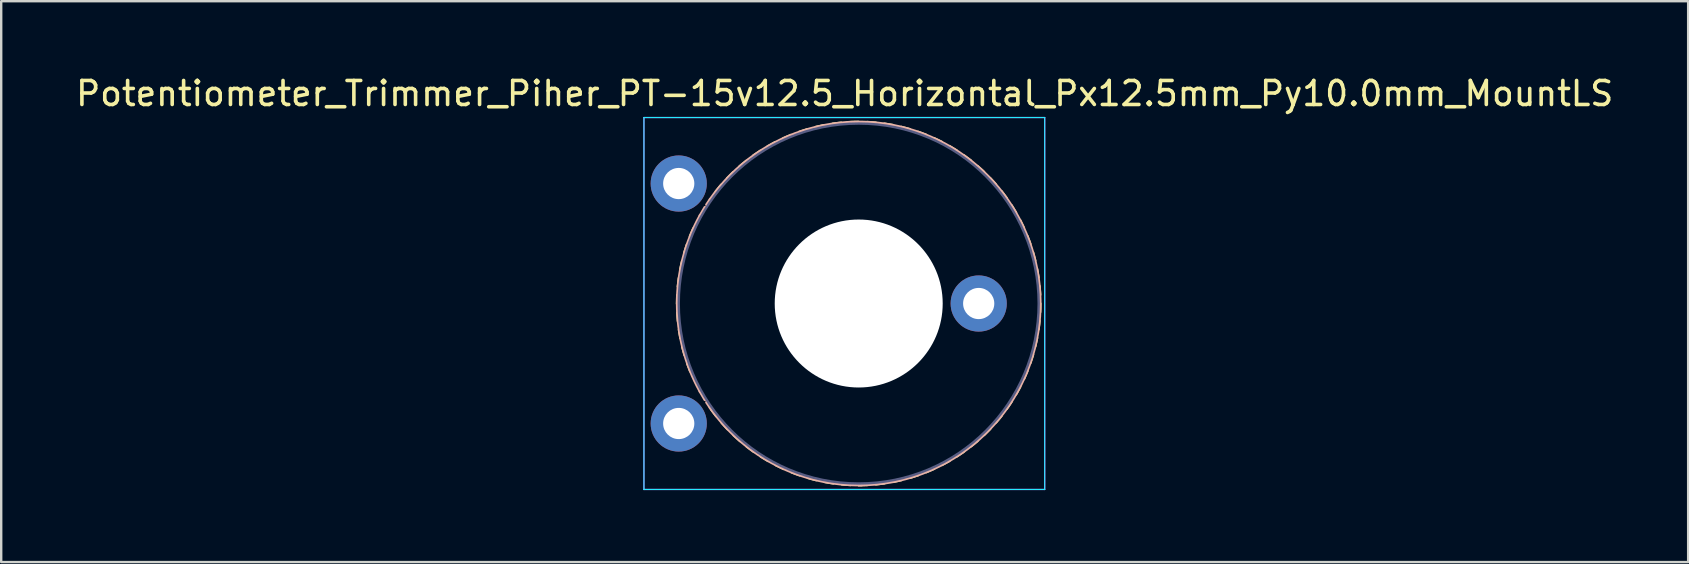
<source format=kicad_pcb>
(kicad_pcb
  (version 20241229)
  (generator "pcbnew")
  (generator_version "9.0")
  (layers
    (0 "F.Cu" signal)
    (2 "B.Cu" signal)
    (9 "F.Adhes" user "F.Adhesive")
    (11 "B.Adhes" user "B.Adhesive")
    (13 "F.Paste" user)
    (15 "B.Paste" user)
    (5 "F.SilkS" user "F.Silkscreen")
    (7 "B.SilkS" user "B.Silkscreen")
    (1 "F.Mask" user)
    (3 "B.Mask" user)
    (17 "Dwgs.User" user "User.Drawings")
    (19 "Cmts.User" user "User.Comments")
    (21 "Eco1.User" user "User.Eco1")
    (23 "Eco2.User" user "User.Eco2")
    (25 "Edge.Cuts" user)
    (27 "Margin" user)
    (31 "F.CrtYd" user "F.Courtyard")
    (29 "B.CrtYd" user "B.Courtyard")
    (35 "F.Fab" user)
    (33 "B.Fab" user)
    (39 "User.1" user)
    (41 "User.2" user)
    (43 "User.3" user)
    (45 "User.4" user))
  (footprint "Potentiometer_Trimmer_Piher_PT-15v12.5_Horizontal_Px12.5mm_Py10.0mm_MountLS"
    (layer "F.Cu")
    (at 25.234 14.598)
    (property "Reference" "Potentiometer_Trimmer_Piher_PT-15v12.5_Horizontal_Px12.5mm_Py10.0mm_MountLS" (at 6.915 -13.75 0) (layer "F.SilkS") (effects (font (size 1 1) (thickness 0.15))))
    (attr through_hole)
    (fp_arc (start -0.060867 -4.988822) (mid -0.059032 -5.166957) (end -0.053 -5.345) (stroke (width 0.12) (type solid)) (layer "F.SilkS"))
    (fp_arc (start -0.026718 -5.708229) (mid -0.007943 -5.88536) (end 0.015 -6.062) (stroke (width 0.12) (type solid)) (layer "F.SilkS"))
    (fp_arc (start -0.024953 -4.269715) (mid -0.04007 -4.447204) (end -0.051 -4.625) (stroke (width 0.12) (type solid)) (layer "F.SilkS"))
    (fp_arc (start 0.074828 -6.420804) (mid 0.110363 -6.595345) (end 0.15 -6.769) (stroke (width 0.12) (type solid)) (layer "F.SilkS"))
    (fp_arc (start 0.079697 -3.557855) (mid 0.04778 -3.733076) (end 0.02 -3.909) (stroke (width 0.12) (type solid)) (layer "F.SilkS"))
    (fp_arc (start 0.244053 -7.120552) (mid 0.296027 -7.290912) (end 0.352 -7.46) (stroke (width 0.12) (type solid)) (layer "F.SilkS"))
    (fp_arc (start 0.249802 -2.859092) (mid 0.201375 -3.030499) (end 0.157 -3.203) (stroke (width 0.12) (type solid)) (layer "F.SilkS"))
    (fp_arc (start 0.478291 -7.800341) (mid 0.546215 -7.964993) (end 0.618 -8.128) (stroke (width 0.12) (type solid)) (layer "F.SilkS"))
    (fp_arc (start 0.486126 -2.178469) (mid 0.421598 -2.344497) (end 0.361 -2.512) (stroke (width 0.12) (type solid)) (layer "F.SilkS"))
    (fp_arc (start 1.552598 -9.666019) (mid 1.664179 -9.804843) (end 1.779 -9.941) (stroke (width 0.12) (type solid)) (layer "F.SilkS"))
    (fp_arc (start 1.566046 -0.316273) (mid 1.457346 -0.457376) (end 1.352 -0.601) (stroke (width 0.12) (type solid)) (layer "F.SilkS"))
    (fp_arc (start 2.023411 -10.211803) (mid 2.14772 -10.339383) (end 2.275 -10.464) (stroke (width 0.12) (type solid)) (layer "F.SilkS"))
    (fp_arc (start 2.038166 0.22709) (mid 1.916533 0.09696) (end 1.798 -0.036) (stroke (width 0.12) (type solid)) (layer "F.SilkS"))
    (fp_arc (start 2.543574 -10.708858) (mid 2.679449 -10.824046) (end 2.818 -10.936) (stroke (width 0.12) (type solid)) (layer "F.SilkS"))
    (fp_arc (start 2.560109 0.723054) (mid 2.426646 0.605083) (end 2.296 0.484) (stroke (width 0.12) (type solid)) (layer "F.SilkS"))
    (fp_arc (start 3.109233 -11.153998) (mid 3.255438 -11.255735) (end 3.404 -11.354) (stroke (width 0.12) (type solid)) (layer "F.SilkS"))
    (fp_arc (start 3.126644 1.166859) (mid 2.982568 1.062112) (end 2.841 0.954) (stroke (width 0.12) (type solid)) (layer "F.SilkS"))
    (fp_arc (start 3.714536 -11.543945) (mid 3.86976 -11.631313) (end 4.027 -11.715) (stroke (width 0.12) (type solid)) (layer "F.SilkS"))
    (fp_arc (start 3.732589 1.554746) (mid 3.579206 1.464167) (end 3.428 1.37) (stroke (width 0.12) (type solid)) (layer "F.SilkS"))
    (fp_arc (start 4.353678 -11.874419) (mid 4.516511 -11.946637) (end 4.681 -12.015) (stroke (width 0.12) (type solid)) (layer "F.SilkS"))
    (fp_arc (start 4.37276 1.882954) (mid 4.211467 1.807366) (end 4.052 1.728) (stroke (width 0.12) (type solid)) (layer "F.SilkS"))
    (fp_arc (start 5.021806 -12.14219) (mid 5.190762 -12.198593) (end 5.361 -12.251) (stroke (width 0.12) (type solid)) (layer "F.SilkS"))
    (fp_arc (start 5.041071 2.149769) (mid 4.873306 2.089853) (end 4.707 2.026) (stroke (width 0.12) (type solid)) (layer "F.SilkS"))
    (fp_arc (start 5.711975 -12.345927) (mid 5.885539 -12.386013) (end 6.06 -12.422) (stroke (width 0.12) (type solid)) (layer "F.SilkS"))
    (fp_arc (start 5.73229 2.35043) (mid 5.559606 2.306743) (end 5.388 2.259) (stroke (width 0.12) (type solid)) (layer "F.SilkS"))
    (fp_arc (start 6.418332 -12.482353) (mid 6.594915 -12.50576) (end 6.772 -12.525) (stroke (width 0.12) (type solid)) (layer "F.SilkS"))
    (fp_arc (start 6.439427 2.485269) (mid 6.26337 2.458204) (end 6.088 2.427) (stroke (width 0.12) (type solid)) (layer "F.SilkS"))
    (fp_arc (start 7.134885 -12.551183) (mid 7.312891 -12.557689) (end 7.491 -12.56) (stroke (width 0.12) (type solid)) (layer "F.SilkS"))
    (fp_arc (start 7.156393 2.55257) (mid 6.978552 2.542378) (end 6.801 2.528) (stroke (width 0.12) (type solid)) (layer "F.SilkS"))
    (fp_arc (start 7.854642 -12.55209) (mid 8.032469 -12.541639) (end 8.21 -12.527) (stroke (width 0.12) (type solid)) (layer "F.SilkS"))
    (fp_arc (start 7.856125 2.551607) (mid 7.678112 2.557901) (end 7.5 2.56) (stroke (width 0.12) (type solid)) (layer "F.SilkS"))
    (fp_arc (start 8.570609 -12.484742) (mid 8.746651 -12.457441) (end 8.922 -12.426) (stroke (width 0.12) (type solid)) (layer "F.SilkS"))
    (fp_arc (start 8.572725 2.483776) (mid 8.396111 2.506972) (end 8.219 2.526) (stroke (width 0.12) (type solid)) (layer "F.SilkS"))
    (fp_arc (start 9.277793 -12.348904) (mid 9.450438 -12.30498) (end 9.622 -12.257) (stroke (width 0.12) (type solid)) (layer "F.SilkS"))
    (fp_arc (start 9.280129 2.348302) (mid 9.10651 2.388202) (end 8.932 2.424) (stroke (width 0.12) (type solid)) (layer "F.SilkS"))
    (fp_arc (start 9.968108 -12.146197) (mid 10.135786 -12.086065) (end 10.302 -12.022) (stroke (width 0.12) (type solid)) (layer "F.SilkS"))
    (fp_arc (start 9.970345 2.145563) (mid 9.801311 2.20178) (end 9.631 2.254) (stroke (width 0.12) (type solid)) (layer "F.SilkS"))
    (fp_arc (start 10.636419 -11.879383) (mid 10.797625 -11.80358) (end 10.957 -11.724) (stroke (width 0.12) (type solid)) (layer "F.SilkS"))
    (fp_arc (start 10.63852 1.878792) (mid 10.475586 1.950826) (end 10.311 2.019) (stroke (width 0.12) (type solid)) (layer "F.SilkS"))
    (fp_arc (start 11.276637 -11.550175) (mid 11.429909 -11.45938) (end 11.581 -11.365) (stroke (width 0.12) (type solid)) (layer "F.SilkS"))
    (fp_arc (start 11.278661 1.54827) (mid 11.123336 1.635477) (end 10.966 1.719) (stroke (width 0.12) (type solid)) (layer "F.SilkS"))
    (fp_arc (start 11.882629 -11.16129) (mid 12.026571 -11.056326) (end 12.168 -10.948) (stroke (width 0.12) (type solid)) (layer "F.SilkS"))
    (fp_arc (start 11.884011 1.159322) (mid 11.737682 1.260899) (end 11.589 1.359) (stroke (width 0.12) (type solid)) (layer "F.SilkS"))
    (fp_arc (start 12.448212 -10.716439) (mid 12.581517 -10.598274) (end 12.712 -10.477) (stroke (width 0.12) (type solid)) (layer "F.SilkS"))
    (fp_arc (start 12.449717 0.715181) (mid 12.313695 0.830209) (end 12.175 0.942) (stroke (width 0.12) (type solid)) (layer "F.SilkS"))
    (fp_arc (start 12.96925 -10.21843) (mid 13.090677 -10.088127) (end 13.209 -9.955) (stroke (width 0.12) (type solid)) (layer "F.SilkS"))
    (fp_arc (start 12.970879 0.218079) (mid 12.846424 0.345523) (end 12.719 0.47) (stroke (width 0.12) (type solid)) (layer "F.SilkS"))
    (fp_arc (start 13.44137 -9.675067) (mid 13.549864 -9.533792) (end 13.655 -9.39) (stroke (width 0.12) (type solid)) (layer "F.SilkS"))
    (fp_arc (start 13.442784 -0.325754) (mid 13.331011 -0.187041) (end 13.216 -0.051) (stroke (width 0.12) (type solid)) (layer "F.SilkS"))
    (fp_arc (start 13.858437 -9.089063) (mid 13.95301 -8.938125) (end 14.044 -8.785) (stroke (width 0.12) (type solid)) (layer "F.SilkS"))
    (fp_arc (start 13.859629 -0.912041) (mid 13.761553 -0.763345) (end 13.66 -0.617) (stroke (width 0.12) (type solid)) (layer "F.SilkS"))
    (fp_arc (start 14.219171 -8.466364) (mid 14.298973 -8.3071) (end 14.375 -8.146) (stroke (width 0.12) (type solid)) (layer "F.SilkS"))
    (fp_arc (start 14.219698 -1.534694) (mid 14.136191 -1.377341) (end 14.049 -1.222) (stroke (width 0.12) (type solid)) (layer "F.SilkS"))
    (fp_arc (start 14.518341 -7.81173) (mid 14.582637 -7.645599) (end 14.643 -7.478) (stroke (width 0.12) (type solid)) (layer "F.SilkS"))
    (fp_arc (start 14.519183 -2.189529) (mid 14.451021 -2.024939) (end 14.379 -1.862) (stroke (width 0.12) (type solid)) (layer "F.SilkS"))
    (fp_arc (start 14.753666 -7.13106) (mid 14.80186 -6.959574) (end 14.846 -6.787) (stroke (width 0.12) (type solid)) (layer "F.SilkS"))
    (fp_arc (start 14.75442 -2.869365) (mid 14.702209 -2.699044) (end 14.646 -2.53) (stroke (width 0.12) (type solid)) (layer "F.SilkS"))
    (fp_arc (start 14.923645 -3.569113) (mid 14.887873 -3.394611) (end 14.848 -3.221) (stroke (width 0.12) (type solid)) (layer "F.SilkS"))
    (fp_arc (start 14.923771 -6.432298) (mid 14.955455 -6.256998) (end 14.983 -6.081) (stroke (width 0.12) (type solid)) (layer "F.SilkS"))
    (fp_arc (start 15.02619 -4.281735) (mid 15.007179 -4.104619) (end 14.984 -3.928) (stroke (width 0.12) (type solid)) (layer "F.SilkS"))
    (fp_arc (start 15.02647 -5.719344) (mid 15.041328 -5.541822) (end 15.052 -5.364) (stroke (width 0.12) (type solid)) (layer "F.SilkS"))
    (fp_arc (start 15.060386 -5.000143) (mid 15.058291 -4.822022) (end 15.052 -4.644) (stroke (width 0.12) (type solid)) (layer "F.SilkS"))
    (fp_arc (start 0.888607 -1.335708) (mid -0.058939 -5.000405) (end 0.889 -8.665) (stroke (width 0.12) (type solid)) (layer "B.SilkS"))
    (fp_arc (start 0.889127 -8.665036) (mid 0.987332 -8.836833) (end 1.09 -9.006) (stroke (width 0.12) (type solid)) (layer "B.SilkS"))
    (fp_arc (start 1.088873 -0.993977) (mid 0.986204 -1.163174) (end 0.888 -1.335) (stroke (width 0.12) (type solid)) (layer "B.SilkS"))
    (fp_arc (start 1.160448 -9.117261) (mid 1.23327 -9.227274) (end 1.308 -9.336) (stroke (width 0.12) (type solid)) (layer "B.SilkS"))
    (fp_arc (start 1.307211 -9.336238) (mid 14.205802 -8.490819) (end 7.5 2.56) (stroke (width 0.12) (type solid)) (layer "B.SilkS"))
    (fp_arc (start 1.307543 -0.664245) (mid 1.232817 -0.772979) (end 1.16 -0.883) (stroke (width 0.12) (type solid)) (layer "B.SilkS"))
    (fp_arc (start 7.631625 2.55889) (mid 4.067534 1.735898) (end 1.307 -0.664) (stroke (width 0.12) (type solid)) (layer "B.SilkS"))
    (fp_line (start -1.45 -12.75) (end -1.45 2.75) (stroke (width 0.05) (type solid)) (layer "B.CrtYd"))
    (fp_line (start -1.45 2.75) (end 15.25 2.75) (stroke (width 0.05) (type solid)) (layer "B.CrtYd"))
    (fp_line (start 15.25 -12.75) (end -1.45 -12.75) (stroke (width 0.05) (type solid)) (layer "B.CrtYd"))
    (fp_line (start 15.25 2.75) (end 15.25 -12.75) (stroke (width 0.05) (type solid)) (layer "B.CrtYd"))
    (fp_line (start -1.45 -12.75) (end -1.45 2.75) (stroke (width 0.05) (type solid)) (layer "F.CrtYd"))
    (fp_line (start -1.45 2.75) (end 15.25 2.75) (stroke (width 0.05) (type solid)) (layer "F.CrtYd"))
    (fp_line (start 15.25 -12.75) (end -1.45 -12.75) (stroke (width 0.05) (type solid)) (layer "F.CrtYd"))
    (fp_line (start 15.25 2.75) (end 15.25 -12.75) (stroke (width 0.05) (type solid)) (layer "F.CrtYd"))
    (fp_circle (center 7.5 -5) (end 9.7 -5) (stroke (width 0.1) (type solid)) (fill no) (layer "B.Fab"))
    (fp_circle (center 7.5 -5) (end 10.5 -5) (stroke (width 0.1) (type solid)) (fill no) (layer "B.Fab"))
    (fp_circle (center 7.5 -5) (end 15 -5) (stroke (width 0.1) (type solid)) (fill no) (layer "B.Fab"))
    (pad "" np_thru_hole circle (at 7.5 -5) (size 7 7) (drill 7) (layers "*.Cu" "*.Mask"))
    (pad "1" thru_hole circle (at 0 0) (size 2.34 2.34) (drill 1.3) (layers "*.Cu" "*.Mask"))
    (pad "2" thru_hole circle (at 12.5 -5) (size 2.34 2.34) (drill 1.3) (layers "*.Cu" "*.Mask"))
    (pad "3" thru_hole circle (at 0 -10) (size 2.34 2.34) (drill 1.3) (layers "*.Cu" "*.Mask")))
  (gr_rect
    (start -3 -3)
    (end 67.298 20.373)
    (stroke (width 0.1) (type default))
    (fill no)
    (layer "Edge.Cuts")))
</source>
